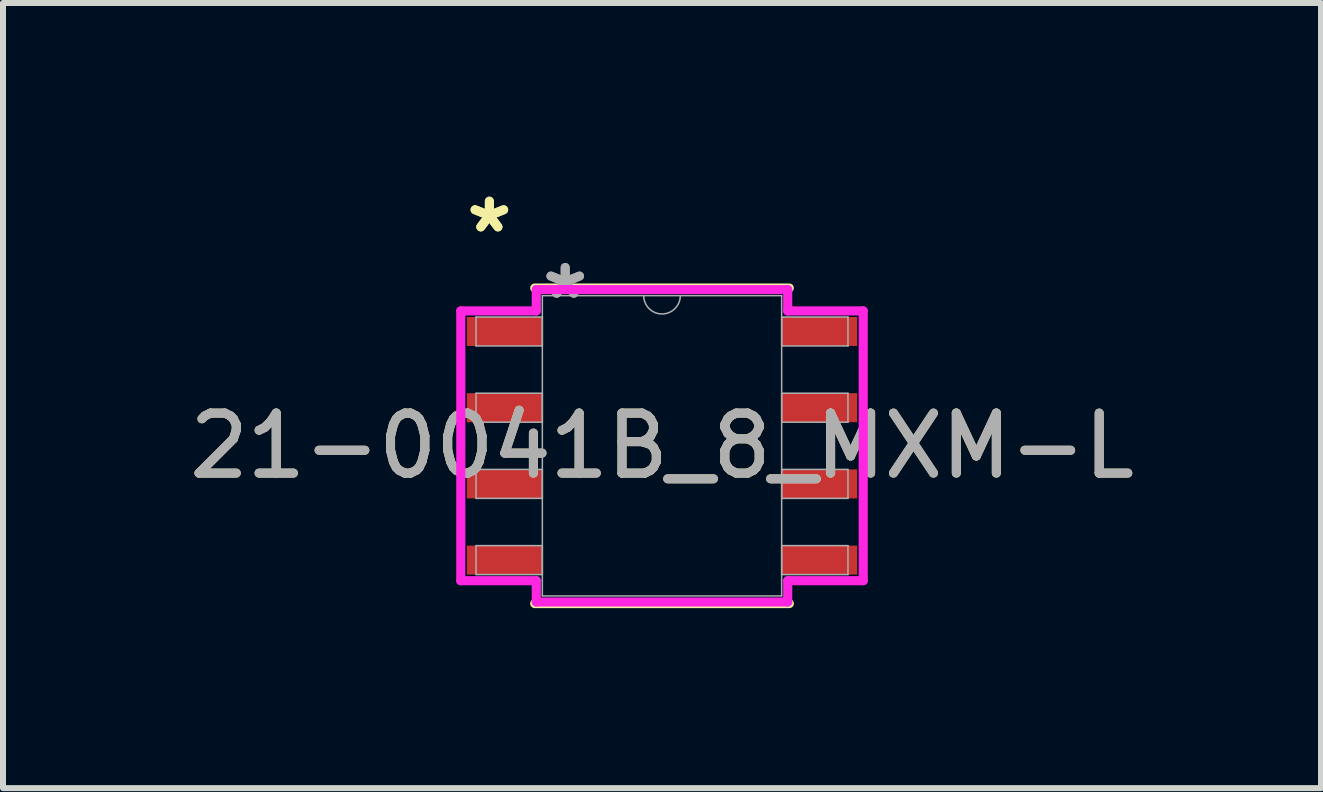
<source format=kicad_pcb>
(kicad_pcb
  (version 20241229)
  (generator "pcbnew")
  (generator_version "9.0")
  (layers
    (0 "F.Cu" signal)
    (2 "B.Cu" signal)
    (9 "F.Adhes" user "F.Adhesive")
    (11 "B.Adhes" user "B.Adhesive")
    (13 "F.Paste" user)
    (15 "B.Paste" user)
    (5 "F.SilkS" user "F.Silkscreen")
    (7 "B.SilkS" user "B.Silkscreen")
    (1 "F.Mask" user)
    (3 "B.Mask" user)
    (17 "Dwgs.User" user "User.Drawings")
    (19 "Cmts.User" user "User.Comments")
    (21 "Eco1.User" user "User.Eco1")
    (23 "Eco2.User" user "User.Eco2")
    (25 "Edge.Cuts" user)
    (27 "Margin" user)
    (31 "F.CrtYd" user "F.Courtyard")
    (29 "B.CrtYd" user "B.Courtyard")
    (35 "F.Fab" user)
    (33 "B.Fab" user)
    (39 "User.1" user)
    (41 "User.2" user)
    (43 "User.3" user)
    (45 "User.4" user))
  (footprint "21-0041B_8_MXM-L"
    (layer "F.Cu")
    (at 7.982 4.379)
    (property "Reference" "21-0041B_8_MXM-L" (at 0 0 0) (unlocked yes) (layer "F.SilkS") (effects (font (size 1 1) (thickness 0.15))))
    (attr smd)
    (fp_line (start -2.121 2.629) (end 2.121 2.629) (stroke (width 0.152) (type solid)) (layer "F.SilkS"))
    (fp_line (start 2.121 -2.629) (end -2.121 -2.629) (stroke (width 0.152) (type solid)) (layer "F.SilkS"))
    (fp_line (start -3.353 -2.248) (end -2.095 -2.248) (stroke (width 0.152) (type solid)) (layer "F.CrtYd"))
    (fp_line (start -3.353 2.248) (end -3.353 -2.248) (stroke (width 0.152) (type solid)) (layer "F.CrtYd"))
    (fp_line (start -3.353 2.248) (end -2.095 2.248) (stroke (width 0.152) (type solid)) (layer "F.CrtYd"))
    (fp_line (start -2.095 -2.603) (end 2.095 -2.603) (stroke (width 0.152) (type solid)) (layer "F.CrtYd"))
    (fp_line (start -2.095 -2.248) (end -2.095 -2.603) (stroke (width 0.152) (type solid)) (layer "F.CrtYd"))
    (fp_line (start -2.095 2.603) (end -2.095 2.248) (stroke (width 0.152) (type solid)) (layer "F.CrtYd"))
    (fp_line (start 2.095 -2.603) (end 2.095 -2.248) (stroke (width 0.152) (type solid)) (layer "F.CrtYd"))
    (fp_line (start 2.095 2.248) (end 2.095 2.603) (stroke (width 0.152) (type solid)) (layer "F.CrtYd"))
    (fp_line (start 2.095 2.603) (end -2.095 2.603) (stroke (width 0.152) (type solid)) (layer "F.CrtYd"))
    (fp_line (start 3.353 -2.248) (end 2.095 -2.248) (stroke (width 0.152) (type solid)) (layer "F.CrtYd"))
    (fp_line (start 3.353 -2.248) (end 3.353 2.248) (stroke (width 0.152) (type solid)) (layer "F.CrtYd"))
    (fp_line (start 3.353 2.248) (end 2.095 2.248) (stroke (width 0.152) (type solid)) (layer "F.CrtYd"))
    (fp_line (start -3.099 -2.146) (end -3.099 -1.664) (stroke (width 0.025) (type solid)) (layer "F.Fab"))
    (fp_line (start -3.099 -1.664) (end -1.994 -1.664) (stroke (width 0.025) (type solid)) (layer "F.Fab"))
    (fp_line (start -3.099 -0.876) (end -3.099 -0.394) (stroke (width 0.025) (type solid)) (layer "F.Fab"))
    (fp_line (start -3.099 -0.394) (end -1.994 -0.394) (stroke (width 0.025) (type solid)) (layer "F.Fab"))
    (fp_line (start -3.099 0.394) (end -3.099 0.876) (stroke (width 0.025) (type solid)) (layer "F.Fab"))
    (fp_line (start -3.099 0.876) (end -1.994 0.876) (stroke (width 0.025) (type solid)) (layer "F.Fab"))
    (fp_line (start -3.099 1.664) (end -3.099 2.146) (stroke (width 0.025) (type solid)) (layer "F.Fab"))
    (fp_line (start -3.099 2.146) (end -1.994 2.146) (stroke (width 0.025) (type solid)) (layer "F.Fab"))
    (fp_line (start -1.994 -2.502) (end -1.994 2.502) (stroke (width 0.025) (type solid)) (layer "F.Fab"))
    (fp_line (start -1.994 -2.146) (end -3.099 -2.146) (stroke (width 0.025) (type solid)) (layer "F.Fab"))
    (fp_line (start -1.994 -1.664) (end -1.994 -2.146) (stroke (width 0.025) (type solid)) (layer "F.Fab"))
    (fp_line (start -1.994 -0.876) (end -3.099 -0.876) (stroke (width 0.025) (type solid)) (layer "F.Fab"))
    (fp_line (start -1.994 -0.394) (end -1.994 -0.876) (stroke (width 0.025) (type solid)) (layer "F.Fab"))
    (fp_line (start -1.994 0.394) (end -3.099 0.394) (stroke (width 0.025) (type solid)) (layer "F.Fab"))
    (fp_line (start -1.994 0.876) (end -1.994 0.394) (stroke (width 0.025) (type solid)) (layer "F.Fab"))
    (fp_line (start -1.994 1.664) (end -3.099 1.664) (stroke (width 0.025) (type solid)) (layer "F.Fab"))
    (fp_line (start -1.994 2.146) (end -1.994 1.664) (stroke (width 0.025) (type solid)) (layer "F.Fab"))
    (fp_line (start -1.994 2.502) (end 1.994 2.502) (stroke (width 0.025) (type solid)) (layer "F.Fab"))
    (fp_line (start 1.994 -2.502) (end -1.994 -2.502) (stroke (width 0.025) (type solid)) (layer "F.Fab"))
    (fp_line (start 1.994 -2.146) (end 1.994 -1.664) (stroke (width 0.025) (type solid)) (layer "F.Fab"))
    (fp_line (start 1.994 -1.664) (end 3.099 -1.664) (stroke (width 0.025) (type solid)) (layer "F.Fab"))
    (fp_line (start 1.994 -0.876) (end 1.994 -0.394) (stroke (width 0.025) (type solid)) (layer "F.Fab"))
    (fp_line (start 1.994 -0.394) (end 3.099 -0.394) (stroke (width 0.025) (type solid)) (layer "F.Fab"))
    (fp_line (start 1.994 0.394) (end 1.994 0.876) (stroke (width 0.025) (type solid)) (layer "F.Fab"))
    (fp_line (start 1.994 0.876) (end 3.099 0.876) (stroke (width 0.025) (type solid)) (layer "F.Fab"))
    (fp_line (start 1.994 1.664) (end 1.994 2.146) (stroke (width 0.025) (type solid)) (layer "F.Fab"))
    (fp_line (start 1.994 2.146) (end 3.099 2.146) (stroke (width 0.025) (type solid)) (layer "F.Fab"))
    (fp_line (start 1.994 2.502) (end 1.994 -2.502) (stroke (width 0.025) (type solid)) (layer "F.Fab"))
    (fp_line (start 3.099 -2.146) (end 1.994 -2.146) (stroke (width 0.025) (type solid)) (layer "F.Fab"))
    (fp_line (start 3.099 -1.664) (end 3.099 -2.146) (stroke (width 0.025) (type solid)) (layer "F.Fab"))
    (fp_line (start 3.099 -0.876) (end 1.994 -0.876) (stroke (width 0.025) (type solid)) (layer "F.Fab"))
    (fp_line (start 3.099 -0.394) (end 3.099 -0.876) (stroke (width 0.025) (type solid)) (layer "F.Fab"))
    (fp_line (start 3.099 0.394) (end 1.994 0.394) (stroke (width 0.025) (type solid)) (layer "F.Fab"))
    (fp_line (start 3.099 0.876) (end 3.099 0.394) (stroke (width 0.025) (type solid)) (layer "F.Fab"))
    (fp_line (start 3.099 1.664) (end 1.994 1.664) (stroke (width 0.025) (type solid)) (layer "F.Fab"))
    (fp_line (start 3.099 2.146) (end 3.099 1.664) (stroke (width 0.025) (type solid)) (layer "F.Fab"))
    (fp_arc (start 0.3048 -2.5019) (mid 0 -2.1971) (end -0.3048 -2.5019) (stroke (width 0.0254) (type solid)) (layer "F.Fab"))
    (fp_text user "*" (at -2.877 -3.531 0) (unlocked yes) (layer "F.SilkS") (effects (font (size 1 1) (thickness 0.15))))
    (fp_text user "*" (at -2.877 -3.531 0) (layer "F.SilkS") (effects (font (size 1 1) (thickness 0.15))))
    (fp_text user "${REFERENCE}" (at 0 0 0) (unlocked yes) (layer "F.Fab") (effects (font (size 1 1) (thickness 0.15))))
    (fp_text user "*" (at -1.613 -2.426 0) (unlocked yes) (layer "F.Fab") (effects (font (size 1 1) (thickness 0.15))))
    (fp_text user "*" (at -1.613 -2.426 0) (layer "F.Fab") (effects (font (size 1 1) (thickness 0.15))))
    (pad "1" smd rect (at -2.623 -1.905) (size 1.257 0.483) (layers "F.Cu" "F.Mask" "F.Paste"))
    (pad "2" smd rect (at -2.623 -0.635) (size 1.257 0.483) (layers "F.Cu" "F.Mask" "F.Paste"))
    (pad "3" smd rect (at -2.623 0.635) (size 1.257 0.483) (layers "F.Cu" "F.Mask" "F.Paste"))
    (pad "4" smd rect (at -2.623 1.905) (size 1.257 0.483) (layers "F.Cu" "F.Mask" "F.Paste"))
    (pad "5" smd rect (at 2.623 1.905) (size 1.257 0.483) (layers "F.Cu" "F.Mask" "F.Paste"))
    (pad "6" smd rect (at 2.623 0.635) (size 1.257 0.483) (layers "F.Cu" "F.Mask" "F.Paste"))
    (pad "7" smd rect (at 2.623 -0.635) (size 1.257 0.483) (layers "F.Cu" "F.Mask" "F.Paste"))
    (pad "8" smd rect (at 2.623 -1.905) (size 1.257 0.483) (layers "F.Cu" "F.Mask" "F.Paste")))
  (gr_rect
    (start -3 -3)
    (end 18.964 10.084)
    (stroke (width 0.1) (type default))
    (fill no)
    (layer "Edge.Cuts")))
</source>
